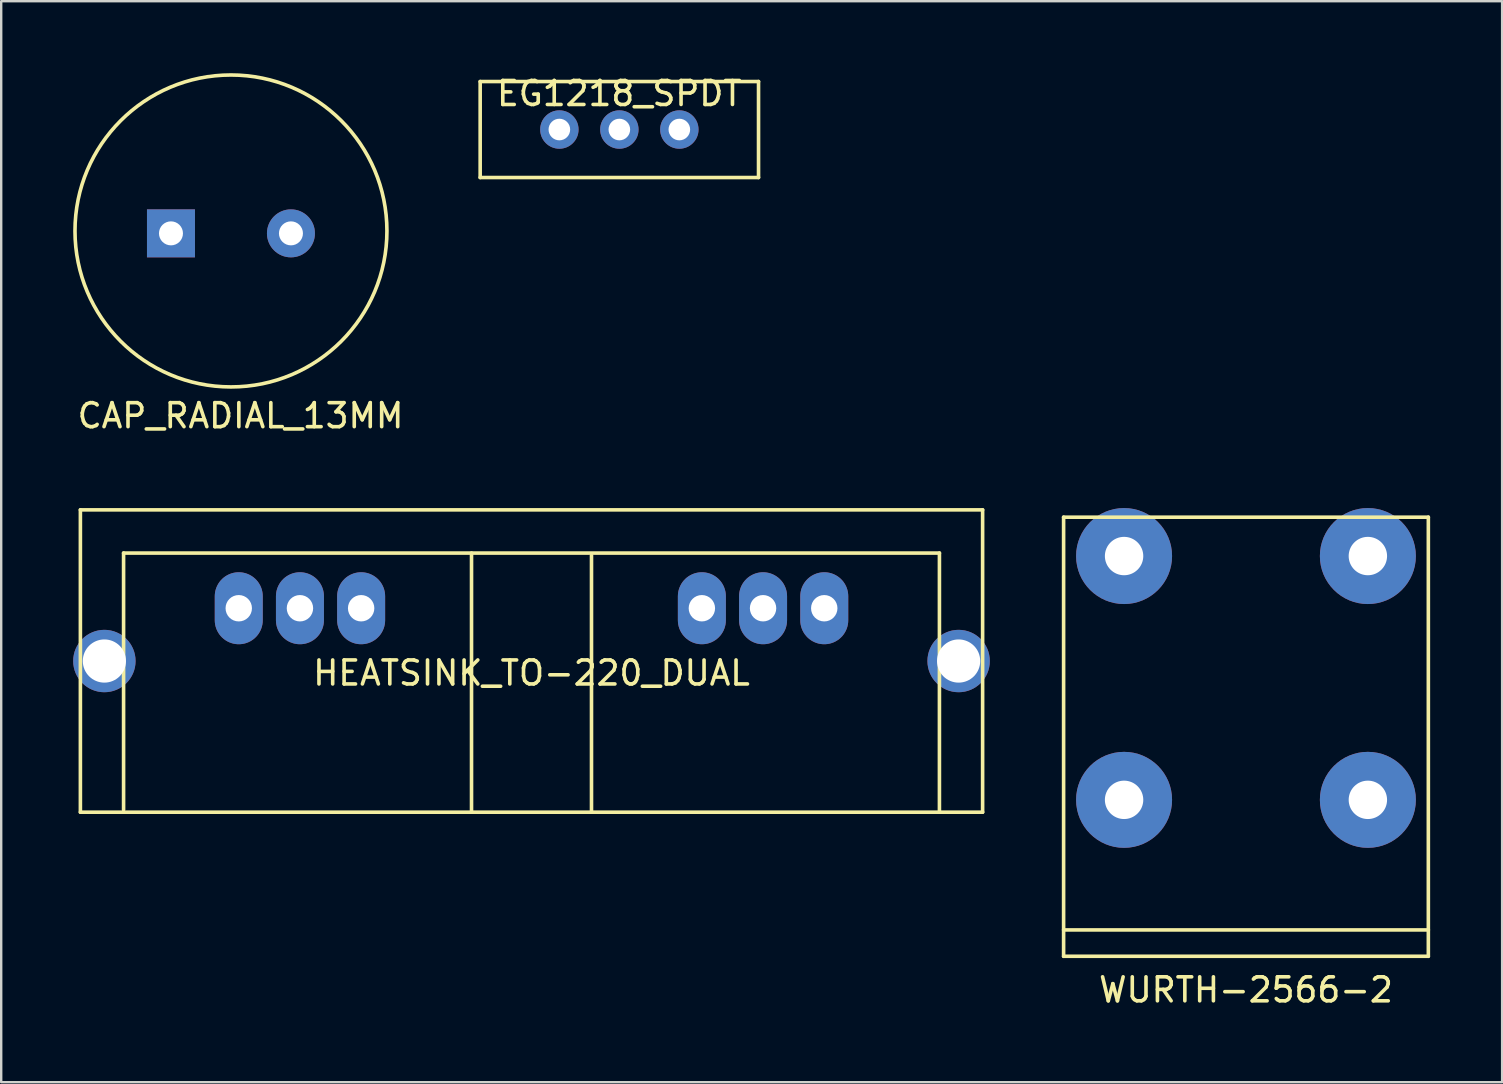
<source format=kicad_pcb>
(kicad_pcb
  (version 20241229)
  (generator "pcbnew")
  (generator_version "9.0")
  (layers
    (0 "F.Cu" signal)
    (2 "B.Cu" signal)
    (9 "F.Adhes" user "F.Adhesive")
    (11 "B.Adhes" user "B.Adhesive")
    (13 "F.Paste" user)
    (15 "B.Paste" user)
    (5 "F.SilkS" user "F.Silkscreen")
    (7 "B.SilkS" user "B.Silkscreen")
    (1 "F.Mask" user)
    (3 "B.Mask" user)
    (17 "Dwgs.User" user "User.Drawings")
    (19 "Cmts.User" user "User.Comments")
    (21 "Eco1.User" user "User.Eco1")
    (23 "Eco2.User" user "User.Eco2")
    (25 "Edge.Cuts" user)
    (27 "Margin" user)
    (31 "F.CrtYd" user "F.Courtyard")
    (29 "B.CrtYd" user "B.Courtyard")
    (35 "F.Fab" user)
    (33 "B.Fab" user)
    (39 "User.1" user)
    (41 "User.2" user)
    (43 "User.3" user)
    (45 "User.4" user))
  (footprint "WURTH-2566-2"
    (layer "F.Cu")
    (at 48.875 25.203)
    (property "Reference" "WURTH-2566-2" (at 0 13 0) (layer "F.SilkS") (effects (font (size 1 1) (thickness 0.15))))
    (attr through_hole)
    (fp_line (start -7.6 -6.7) (end 7.6 -6.7) (stroke (width 0.15) (type solid)) (layer "F.SilkS"))
    (fp_line (start -7.6 11.6) (end -7.6 -6.7) (stroke (width 0.15) (type solid)) (layer "F.SilkS"))
    (fp_line (start 7.6 -6.7) (end 7.6 11.6) (stroke (width 0.15) (type solid)) (layer "F.SilkS"))
    (fp_line (start 7.6 10.5) (end -7.6 10.5) (stroke (width 0.15) (type solid)) (layer "F.SilkS"))
    (fp_line (start 7.6 11.6) (end -7.6 11.6) (stroke (width 0.15) (type solid)) (layer "F.SilkS"))
    (pad "1" thru_hole circle (at 5.08 -5.08) (size 4 4) (drill 1.6) (layers "*.Cu" "*.Mask"))
    (pad "1" thru_hole circle (at 5.08 5.08) (size 4 4) (drill 1.6) (layers "*.Cu" "*.Mask"))
    (pad "2" thru_hole circle (at -5.08 -5.08) (size 4 4) (drill 1.6) (layers "*.Cu" "*.Mask"))
    (pad "2" thru_hole circle (at -5.08 5.08) (size 4 4) (drill 1.6) (layers "*.Cu" "*.Mask")))
  (footprint "HEATSINK_TO-220_DUAL"
    (layer "F.Cu")
    (at 19.1 24.498)
    (property "Reference" "HEATSINK_TO-220_DUAL" (at 0 0.5 0) (layer "F.SilkS") (effects (font (size 1 1) (thickness 0.15))))
    (attr through_hole)
    (fp_line (start -18.8 -6.3) (end 18.8 -6.3) (stroke (width 0.15) (type solid)) (layer "F.SilkS"))
    (fp_line (start -18.8 6.3) (end -18.8 -6.3) (stroke (width 0.15) (type solid)) (layer "F.SilkS"))
    (fp_line (start -17 -4.5) (end 17 -4.5) (stroke (width 0.15) (type solid)) (layer "F.SilkS"))
    (fp_line (start -17 6.2) (end -17 -4.5) (stroke (width 0.15) (type solid)) (layer "F.SilkS"))
    (fp_line (start -2.5 6.3) (end -2.5 -4.5) (stroke (width 0.15) (type solid)) (layer "F.SilkS"))
    (fp_line (start 2.5 6.3) (end 2.5 -4.4) (stroke (width 0.15) (type solid)) (layer "F.SilkS"))
    (fp_line (start 17 -4.5) (end 17 6.3) (stroke (width 0.15) (type solid)) (layer "F.SilkS"))
    (fp_line (start 18.8 -6.3) (end 18.8 6.3) (stroke (width 0.15) (type solid)) (layer "F.SilkS"))
    (fp_line (start 18.8 6.3) (end -18.8 6.3) (stroke (width 0.15) (type solid)) (layer "F.SilkS"))
    (pad "" np_thru_hole circle (at -17.8 0) (size 2.6 2.6) (drill 1.8) (layers "*.Cu" "*.Mask"))
    (pad "" np_thru_hole circle (at 17.8 0) (size 2.6 2.6) (drill 1.8) (layers "*.Cu" "*.Mask"))
    (pad "1" thru_hole oval (at -12.2 -2.2) (size 2 3) (drill 1.1) (layers "*.Cu" "*.Mask"))
    (pad "2" thru_hole oval (at -9.65 -2.2) (size 2 3) (drill 1.1) (layers "*.Cu" "*.Mask"))
    (pad "3" thru_hole oval (at -7.1 -2.2) (size 2 3) (drill 1.1) (layers "*.Cu" "*.Mask"))
    (pad "4" thru_hole oval (at 7.1 -2.2) (size 2 3) (drill 1.1) (layers "*.Cu" "*.Mask"))
    (pad "5" thru_hole oval (at 9.65 -2.2) (size 2 3) (drill 1.1) (layers "*.Cu" "*.Mask"))
    (pad "6" thru_hole oval (at 12.2 -2.2) (size 2 3) (drill 1.1) (layers "*.Cu" "*.Mask")))
  (footprint "EG1218_SPDT"
    (layer "F.Cu")
    (at 22.761 0.348)
    (property "Reference" "EG1218_SPDT" (at 0 0.5 0) (layer "F.SilkS") (effects (font (size 1 1) (thickness 0.15))))
    (attr through_hole)
    (fp_line (start -5.8 0) (end 5.8 0) (stroke (width 0.15) (type solid)) (layer "F.SilkS"))
    (fp_line (start -5.8 4) (end -5.8 0) (stroke (width 0.15) (type solid)) (layer "F.SilkS"))
    (fp_line (start 5.8 0) (end 5.8 4) (stroke (width 0.15) (type solid)) (layer "F.SilkS"))
    (fp_line (start 5.8 4) (end -5.8 4) (stroke (width 0.15) (type solid)) (layer "F.SilkS"))
    (pad "1" thru_hole circle (at 2.5 2) (size 1.6 1.6) (drill 0.9) (layers "*.Cu" "*.Mask"))
    (pad "2" thru_hole circle (at 0 2) (size 1.6 1.6) (drill 0.9) (layers "*.Cu" "*.Mask"))
    (pad "3" thru_hole circle (at -2.5 2) (size 1.6 1.6) (drill 0.9) (layers "*.Cu" "*.Mask")))
  (footprint "CAP_RADIAL_13MM"
    (layer "F.Cu")
    (at 6.575 6.675)
    (property "Reference" "CAP_RADIAL_13MM" (at 0.4 7.6 0) (layer "F.SilkS") (effects (font (size 1 1) (thickness 0.15))))
    (attr through_hole)
    (fp_circle (center 0 -0.1) (end 6.5 -0.1) (stroke (width 0.15) (type solid)) (fill no) (layer "F.SilkS"))
    (pad "1" thru_hole rect (at -2.5 0) (size 2 2) (drill 1) (layers "*.Cu" "*.Mask"))
    (pad "2" thru_hole circle (at 2.5 0) (size 2 2) (drill 1) (layers "*.Cu" "*.Mask")))
  (gr_rect
    (start -3 -3)
    (end 59.55 42.051)
    (stroke (width 0.1) (type default))
    (fill no)
    (layer "Edge.Cuts")))
</source>
